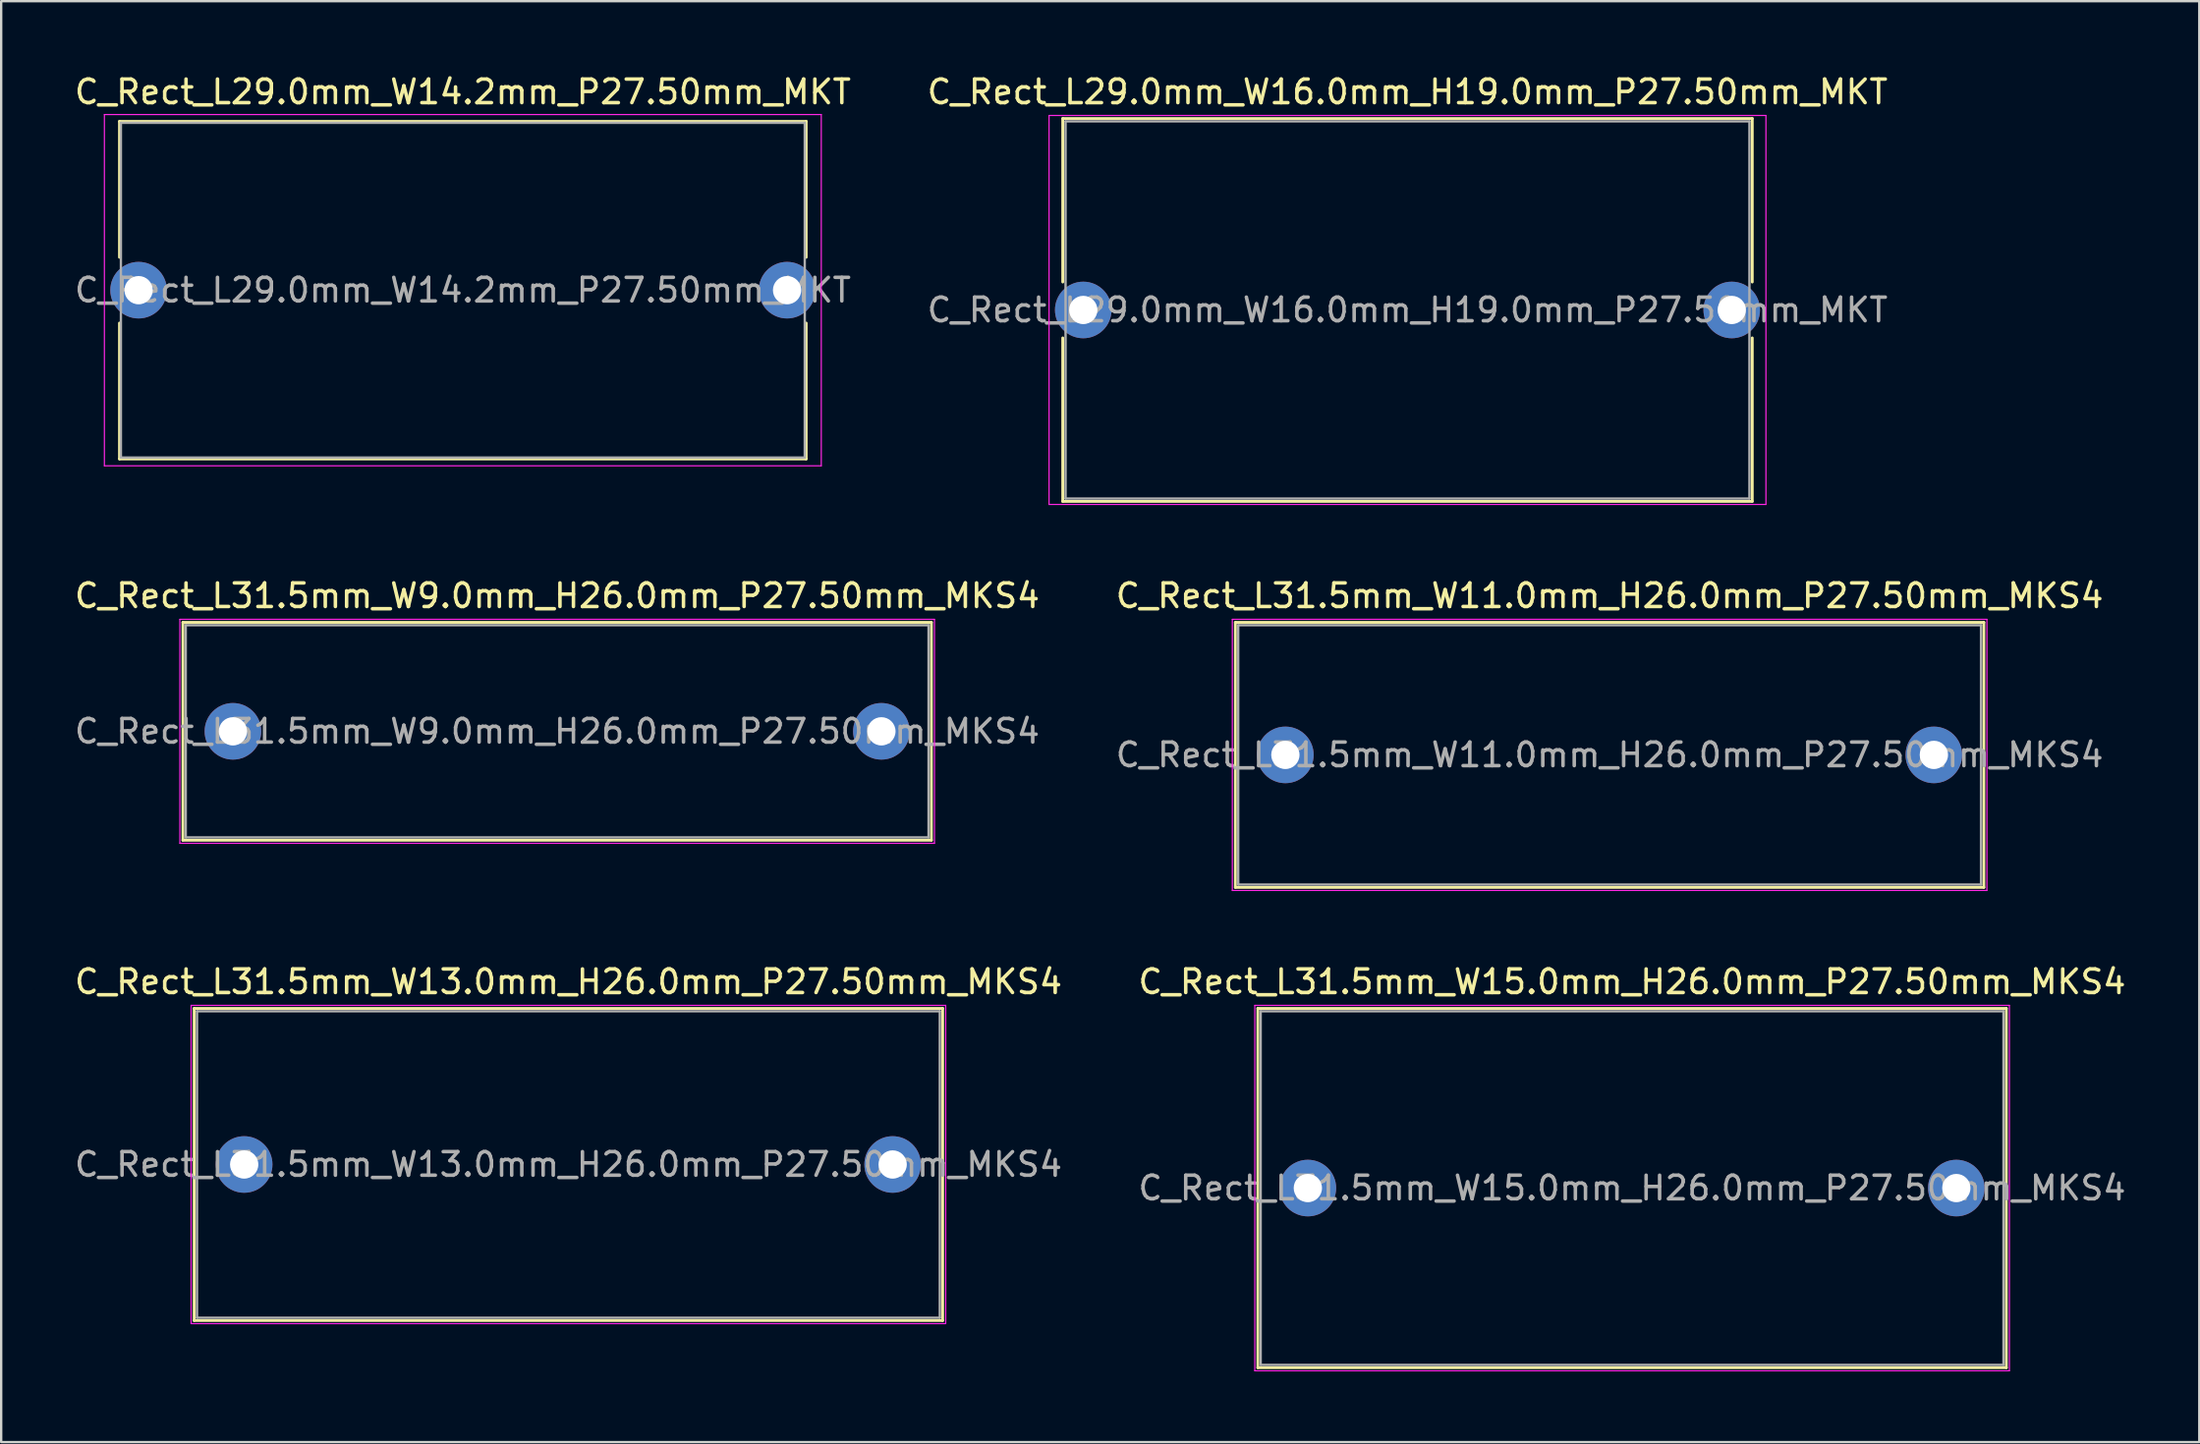
<source format=kicad_pcb>
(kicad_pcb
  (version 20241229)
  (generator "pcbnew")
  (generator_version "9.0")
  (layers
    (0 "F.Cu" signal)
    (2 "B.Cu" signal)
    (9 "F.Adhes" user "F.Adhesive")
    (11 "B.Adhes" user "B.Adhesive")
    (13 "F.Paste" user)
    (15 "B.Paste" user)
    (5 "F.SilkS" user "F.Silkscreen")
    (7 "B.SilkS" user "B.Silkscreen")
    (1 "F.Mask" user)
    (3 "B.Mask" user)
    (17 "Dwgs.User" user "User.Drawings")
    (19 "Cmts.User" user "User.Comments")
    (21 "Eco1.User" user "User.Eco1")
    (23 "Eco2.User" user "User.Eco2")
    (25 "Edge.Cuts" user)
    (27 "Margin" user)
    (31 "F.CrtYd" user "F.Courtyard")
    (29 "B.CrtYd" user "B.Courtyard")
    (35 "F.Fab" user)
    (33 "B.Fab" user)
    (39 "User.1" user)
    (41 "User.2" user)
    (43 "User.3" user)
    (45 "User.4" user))
  (footprint "C_Rect_L31.5mm_W9.0mm_H26.0mm_P27.50mm_MKS4"
    (layer "F.Cu")
    (at 6.827 27.971)
    (property "Reference" "C_Rect_L31.5mm_W9.0mm_H26.0mm_P27.50mm_MKS4" (at 13.75 -5.75 0) (layer "F.SilkS") (effects (font (size 1 1) (thickness 0.15))))
    (attr through_hole)
    (fp_line (start -2.12 -4.62) (end -2.12 4.62) (stroke (width 0.12) (type solid)) (layer "F.SilkS"))
    (fp_line (start -2.12 -4.62) (end 29.62 -4.62) (stroke (width 0.12) (type solid)) (layer "F.SilkS"))
    (fp_line (start -2.12 4.62) (end 29.62 4.62) (stroke (width 0.12) (type solid)) (layer "F.SilkS"))
    (fp_line (start 29.62 -4.62) (end 29.62 4.62) (stroke (width 0.12) (type solid)) (layer "F.SilkS"))
    (fp_line (start -2.25 -4.75) (end -2.25 4.75) (stroke (width 0.05) (type solid)) (layer "F.CrtYd"))
    (fp_line (start -2.25 4.75) (end 29.75 4.75) (stroke (width 0.05) (type solid)) (layer "F.CrtYd"))
    (fp_line (start 29.75 -4.75) (end -2.25 -4.75) (stroke (width 0.05) (type solid)) (layer "F.CrtYd"))
    (fp_line (start 29.75 4.75) (end 29.75 -4.75) (stroke (width 0.05) (type solid)) (layer "F.CrtYd"))
    (fp_line (start -2 -4.5) (end -2 4.5) (stroke (width 0.1) (type solid)) (layer "F.Fab"))
    (fp_line (start -2 4.5) (end 29.5 4.5) (stroke (width 0.1) (type solid)) (layer "F.Fab"))
    (fp_line (start 29.5 -4.5) (end -2 -4.5) (stroke (width 0.1) (type solid)) (layer "F.Fab"))
    (fp_line (start 29.5 4.5) (end 29.5 -4.5) (stroke (width 0.1) (type solid)) (layer "F.Fab"))
    (fp_text user "${REFERENCE}" (at 13.75 0 0) (layer "F.Fab") (effects (font (size 1 1) (thickness 0.15))))
    (pad "1" thru_hole circle (at 0 0) (size 2.4 2.4) (drill 1.2) (layers "*.Cu" "*.Mask"))
    (pad "2" thru_hole circle (at 27.5 0) (size 2.4 2.4) (drill 1.2) (layers "*.Cu" "*.Mask")))
  (footprint "C_Rect_L31.5mm_W13.0mm_H26.0mm_P27.50mm_MKS4"
    (layer "F.Cu")
    (at 7.304 46.345)
    (property "Reference" "C_Rect_L31.5mm_W13.0mm_H26.0mm_P27.50mm_MKS4" (at 13.75 -7.75 0) (layer "F.SilkS") (effects (font (size 1 1) (thickness 0.15))))
    (attr through_hole)
    (fp_line (start -2.12 -6.62) (end -2.12 6.62) (stroke (width 0.12) (type solid)) (layer "F.SilkS"))
    (fp_line (start -2.12 -6.62) (end 29.62 -6.62) (stroke (width 0.12) (type solid)) (layer "F.SilkS"))
    (fp_line (start -2.12 6.62) (end 29.62 6.62) (stroke (width 0.12) (type solid)) (layer "F.SilkS"))
    (fp_line (start 29.62 -6.62) (end 29.62 6.62) (stroke (width 0.12) (type solid)) (layer "F.SilkS"))
    (fp_line (start -2.25 -6.75) (end -2.25 6.75) (stroke (width 0.05) (type solid)) (layer "F.CrtYd"))
    (fp_line (start -2.25 6.75) (end 29.75 6.75) (stroke (width 0.05) (type solid)) (layer "F.CrtYd"))
    (fp_line (start 29.75 -6.75) (end -2.25 -6.75) (stroke (width 0.05) (type solid)) (layer "F.CrtYd"))
    (fp_line (start 29.75 6.75) (end 29.75 -6.75) (stroke (width 0.05) (type solid)) (layer "F.CrtYd"))
    (fp_line (start -2 -6.5) (end -2 6.5) (stroke (width 0.1) (type solid)) (layer "F.Fab"))
    (fp_line (start -2 6.5) (end 29.5 6.5) (stroke (width 0.1) (type solid)) (layer "F.Fab"))
    (fp_line (start 29.5 -6.5) (end -2 -6.5) (stroke (width 0.1) (type solid)) (layer "F.Fab"))
    (fp_line (start 29.5 6.5) (end 29.5 -6.5) (stroke (width 0.1) (type solid)) (layer "F.Fab"))
    (fp_text user "${REFERENCE}" (at 13.75 0 0) (layer "F.Fab") (effects (font (size 1 1) (thickness 0.15))))
    (pad "1" thru_hole circle (at 0 0) (size 2.4 2.4) (drill 1.2) (layers "*.Cu" "*.Mask"))
    (pad "2" thru_hole circle (at 27.5 0) (size 2.4 2.4) (drill 1.2) (layers "*.Cu" "*.Mask")))
  (footprint "C_Rect_L29.0mm_W14.2mm_P27.50mm_MKT"
    (layer "F.Cu")
    (at 2.827 9.258)
    (property "Reference" "C_Rect_L29.0mm_W14.2mm_P27.50mm_MKT" (at 13.75 -8.41 0) (layer "F.SilkS") (effects (font (size 1 1) (thickness 0.15))))
    (attr through_hole)
    (fp_line (start -0.81 -7.16) (end -0.81 -1.395) (stroke (width 0.12) (type solid)) (layer "F.SilkS"))
    (fp_line (start -0.81 -7.16) (end 28.31 -7.16) (stroke (width 0.12) (type solid)) (layer "F.SilkS"))
    (fp_line (start -0.81 1.395) (end -0.81 7.16) (stroke (width 0.12) (type solid)) (layer "F.SilkS"))
    (fp_line (start -0.81 7.16) (end 28.31 7.16) (stroke (width 0.12) (type solid)) (layer "F.SilkS"))
    (fp_line (start 28.31 -7.16) (end 28.31 -1.395) (stroke (width 0.12) (type solid)) (layer "F.SilkS"))
    (fp_line (start 28.31 1.395) (end 28.31 7.16) (stroke (width 0.12) (type solid)) (layer "F.SilkS"))
    (fp_line (start -1.45 -7.45) (end -1.45 7.45) (stroke (width 0.05) (type solid)) (layer "F.CrtYd"))
    (fp_line (start -1.45 7.45) (end 28.95 7.45) (stroke (width 0.05) (type solid)) (layer "F.CrtYd"))
    (fp_line (start 28.95 -7.45) (end -1.45 -7.45) (stroke (width 0.05) (type solid)) (layer "F.CrtYd"))
    (fp_line (start 28.95 7.45) (end 28.95 -7.45) (stroke (width 0.05) (type solid)) (layer "F.CrtYd"))
    (fp_line (start -0.75 -7.1) (end -0.75 7.1) (stroke (width 0.1) (type solid)) (layer "F.Fab"))
    (fp_line (start -0.75 7.1) (end 28.25 7.1) (stroke (width 0.1) (type solid)) (layer "F.Fab"))
    (fp_line (start 28.25 -7.1) (end -0.75 -7.1) (stroke (width 0.1) (type solid)) (layer "F.Fab"))
    (fp_line (start 28.25 7.1) (end 28.25 -7.1) (stroke (width 0.1) (type solid)) (layer "F.Fab"))
    (fp_text user "${REFERENCE}" (at 13.75 0 0) (layer "F.Fab") (effects (font (size 1 1) (thickness 0.15))))
    (pad "1" thru_hole circle (at 0 0) (size 2.4 2.4) (drill 1.2) (layers "*.Cu" "*.Mask"))
    (pad "2" thru_hole circle (at 27.5 0) (size 2.4 2.4) (drill 1.2) (layers "*.Cu" "*.Mask")))
  (footprint "C_Rect_L31.5mm_W11.0mm_H26.0mm_P27.50mm_MKS4"
    (layer "F.Cu")
    (at 51.458 28.971)
    (property "Reference" "C_Rect_L31.5mm_W11.0mm_H26.0mm_P27.50mm_MKS4" (at 13.75 -6.75 0) (layer "F.SilkS") (effects (font (size 1 1) (thickness 0.15))))
    (attr through_hole)
    (fp_line (start -2.12 -5.62) (end -2.12 5.62) (stroke (width 0.12) (type solid)) (layer "F.SilkS"))
    (fp_line (start -2.12 -5.62) (end 29.62 -5.62) (stroke (width 0.12) (type solid)) (layer "F.SilkS"))
    (fp_line (start -2.12 5.62) (end 29.62 5.62) (stroke (width 0.12) (type solid)) (layer "F.SilkS"))
    (fp_line (start 29.62 -5.62) (end 29.62 5.62) (stroke (width 0.12) (type solid)) (layer "F.SilkS"))
    (fp_line (start -2.25 -5.75) (end -2.25 5.75) (stroke (width 0.05) (type solid)) (layer "F.CrtYd"))
    (fp_line (start -2.25 5.75) (end 29.75 5.75) (stroke (width 0.05) (type solid)) (layer "F.CrtYd"))
    (fp_line (start 29.75 -5.75) (end -2.25 -5.75) (stroke (width 0.05) (type solid)) (layer "F.CrtYd"))
    (fp_line (start 29.75 5.75) (end 29.75 -5.75) (stroke (width 0.05) (type solid)) (layer "F.CrtYd"))
    (fp_line (start -2 -5.5) (end -2 5.5) (stroke (width 0.1) (type solid)) (layer "F.Fab"))
    (fp_line (start -2 5.5) (end 29.5 5.5) (stroke (width 0.1) (type solid)) (layer "F.Fab"))
    (fp_line (start 29.5 -5.5) (end -2 -5.5) (stroke (width 0.1) (type solid)) (layer "F.Fab"))
    (fp_line (start 29.5 5.5) (end 29.5 -5.5) (stroke (width 0.1) (type solid)) (layer "F.Fab"))
    (fp_text user "${REFERENCE}" (at 13.75 0 0) (layer "F.Fab") (effects (font (size 1 1) (thickness 0.15))))
    (pad "1" thru_hole circle (at 0 0) (size 2.4 2.4) (drill 1.2) (layers "*.Cu" "*.Mask"))
    (pad "2" thru_hole circle (at 27.5 0) (size 2.4 2.4) (drill 1.2) (layers "*.Cu" "*.Mask")))
  (footprint "C_Rect_L31.5mm_W15.0mm_H26.0mm_P27.50mm_MKS4"
    (layer "F.Cu")
    (at 52.411 47.345)
    (property "Reference" "C_Rect_L31.5mm_W15.0mm_H26.0mm_P27.50mm_MKS4" (at 13.75 -8.75 0) (layer "F.SilkS") (effects (font (size 1 1) (thickness 0.15))))
    (attr through_hole)
    (fp_line (start -2.12 -7.62) (end -2.12 7.62) (stroke (width 0.12) (type solid)) (layer "F.SilkS"))
    (fp_line (start -2.12 -7.62) (end 29.62 -7.62) (stroke (width 0.12) (type solid)) (layer "F.SilkS"))
    (fp_line (start -2.12 7.62) (end 29.62 7.62) (stroke (width 0.12) (type solid)) (layer "F.SilkS"))
    (fp_line (start 29.62 -7.62) (end 29.62 7.62) (stroke (width 0.12) (type solid)) (layer "F.SilkS"))
    (fp_line (start -2.25 -7.75) (end -2.25 7.75) (stroke (width 0.05) (type solid)) (layer "F.CrtYd"))
    (fp_line (start -2.25 7.75) (end 29.75 7.75) (stroke (width 0.05) (type solid)) (layer "F.CrtYd"))
    (fp_line (start 29.75 -7.75) (end -2.25 -7.75) (stroke (width 0.05) (type solid)) (layer "F.CrtYd"))
    (fp_line (start 29.75 7.75) (end 29.75 -7.75) (stroke (width 0.05) (type solid)) (layer "F.CrtYd"))
    (fp_line (start -2 -7.5) (end -2 7.5) (stroke (width 0.1) (type solid)) (layer "F.Fab"))
    (fp_line (start -2 7.5) (end 29.5 7.5) (stroke (width 0.1) (type solid)) (layer "F.Fab"))
    (fp_line (start 29.5 -7.5) (end -2 -7.5) (stroke (width 0.1) (type solid)) (layer "F.Fab"))
    (fp_line (start 29.5 7.5) (end 29.5 -7.5) (stroke (width 0.1) (type solid)) (layer "F.Fab"))
    (fp_text user "${REFERENCE}" (at 13.75 0 0) (layer "F.Fab") (effects (font (size 1 1) (thickness 0.15))))
    (pad "1" thru_hole circle (at 0 0) (size 2.4 2.4) (drill 1.2) (layers "*.Cu" "*.Mask"))
    (pad "2" thru_hole circle (at 27.5 0) (size 2.4 2.4) (drill 1.2) (layers "*.Cu" "*.Mask")))
  (footprint "C_Rect_L29.0mm_W16.0mm_H19.0mm_P27.50mm_MKT"
    (layer "F.Cu")
    (at 42.887 10.098)
    (property "Reference" "C_Rect_L29.0mm_W16.0mm_H19.0mm_P27.50mm_MKT" (at 13.75 -9.25 0) (layer "F.SilkS") (effects (font (size 1 1) (thickness 0.15))))
    (attr through_hole)
    (fp_line (start -0.87 -8.12) (end -0.87 -1.185) (stroke (width 0.12) (type solid)) (layer "F.SilkS"))
    (fp_line (start -0.87 -8.12) (end 28.37 -8.12) (stroke (width 0.12) (type solid)) (layer "F.SilkS"))
    (fp_line (start -0.87 1.185) (end -0.87 8.12) (stroke (width 0.12) (type solid)) (layer "F.SilkS"))
    (fp_line (start -0.87 8.12) (end 28.37 8.12) (stroke (width 0.12) (type solid)) (layer "F.SilkS"))
    (fp_line (start 28.37 -8.12) (end 28.37 -1.185) (stroke (width 0.12) (type solid)) (layer "F.SilkS"))
    (fp_line (start 28.37 1.185) (end 28.37 8.12) (stroke (width 0.12) (type solid)) (layer "F.SilkS"))
    (fp_line (start -1.45 -8.25) (end -1.45 8.25) (stroke (width 0.05) (type solid)) (layer "F.CrtYd"))
    (fp_line (start -1.45 8.25) (end 28.95 8.25) (stroke (width 0.05) (type solid)) (layer "F.CrtYd"))
    (fp_line (start 28.95 -8.25) (end -1.45 -8.25) (stroke (width 0.05) (type solid)) (layer "F.CrtYd"))
    (fp_line (start 28.95 8.25) (end 28.95 -8.25) (stroke (width 0.05) (type solid)) (layer "F.CrtYd"))
    (fp_line (start -0.75 -8) (end -0.75 8) (stroke (width 0.1) (type solid)) (layer "F.Fab"))
    (fp_line (start -0.75 8) (end 28.25 8) (stroke (width 0.1) (type solid)) (layer "F.Fab"))
    (fp_line (start 28.25 -8) (end -0.75 -8) (stroke (width 0.1) (type solid)) (layer "F.Fab"))
    (fp_line (start 28.25 8) (end 28.25 -8) (stroke (width 0.1) (type solid)) (layer "F.Fab"))
    (fp_text user "${REFERENCE}" (at 13.75 0 0) (layer "F.Fab") (effects (font (size 1 1) (thickness 0.15))))
    (pad "1" thru_hole circle (at 0 0) (size 2.4 2.4) (drill 1.2) (layers "*.Cu" "*.Mask"))
    (pad "2" thru_hole circle (at 27.5 0) (size 2.4 2.4) (drill 1.2) (layers "*.Cu" "*.Mask")))
  (gr_rect
    (start -3 -3)
    (end 90.214 58.12)
    (stroke (width 0.1) (type default))
    (fill no)
    (layer "Edge.Cuts")))
</source>
